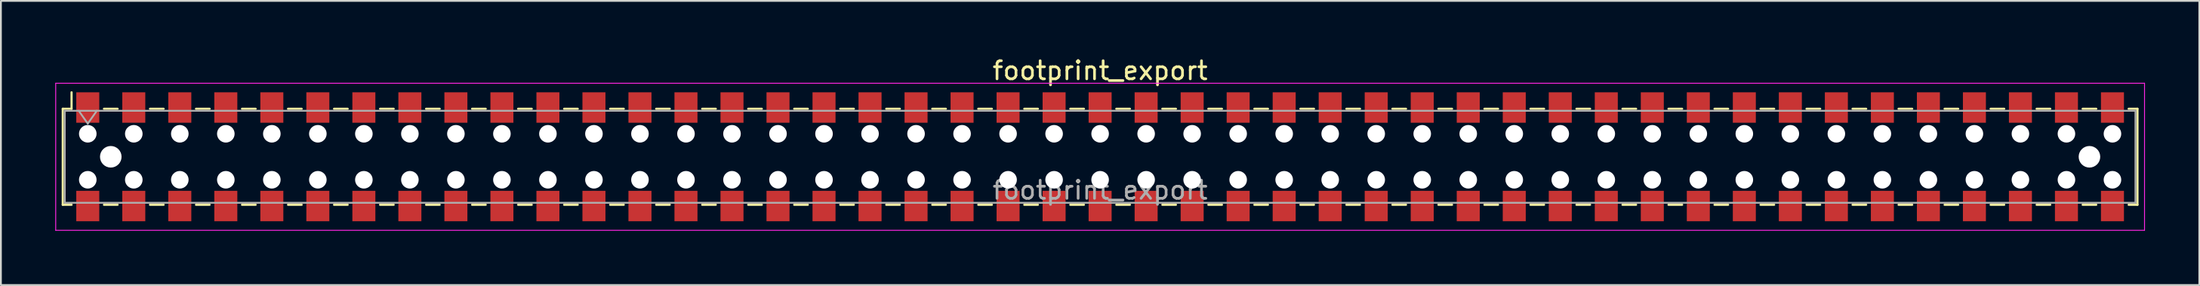
<source format=kicad_pcb>
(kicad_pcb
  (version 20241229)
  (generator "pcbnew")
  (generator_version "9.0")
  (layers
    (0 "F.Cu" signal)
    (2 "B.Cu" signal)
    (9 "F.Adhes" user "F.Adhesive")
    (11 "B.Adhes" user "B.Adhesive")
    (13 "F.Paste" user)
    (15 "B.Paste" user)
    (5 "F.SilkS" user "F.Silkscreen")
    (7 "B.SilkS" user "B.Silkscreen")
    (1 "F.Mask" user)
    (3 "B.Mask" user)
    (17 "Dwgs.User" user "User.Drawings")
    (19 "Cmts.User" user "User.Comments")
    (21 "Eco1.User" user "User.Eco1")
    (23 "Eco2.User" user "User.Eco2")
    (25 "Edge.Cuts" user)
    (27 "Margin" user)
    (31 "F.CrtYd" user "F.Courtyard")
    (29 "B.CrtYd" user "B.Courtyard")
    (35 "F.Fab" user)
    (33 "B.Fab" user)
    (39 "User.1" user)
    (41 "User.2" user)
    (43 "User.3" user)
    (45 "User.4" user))
  (footprint "footprint_export"
    (layer "F.Cu")
    (at 57.675 5.608)
    (property "Reference" "footprint_export" (at 0 -4.76 0) (layer "F.SilkS") (effects (font (size 1 1) (thickness 0.15))))
    (attr smd)
    (fp_line (start -57.26 -2.65) (end -57.26 2.65) (stroke (width 0.12) (type solid)) (layer "F.SilkS"))
    (fp_line (start -57.26 2.65) (end -56.775 2.65) (stroke (width 0.12) (type solid)) (layer "F.SilkS"))
    (fp_line (start -56.775 -3.56) (end -56.775 -2.65) (stroke (width 0.12) (type solid)) (layer "F.SilkS"))
    (fp_line (start -56.775 -2.65) (end -57.26 -2.65) (stroke (width 0.12) (type solid)) (layer "F.SilkS"))
    (fp_line (start -54.985 -2.65) (end -54.235 -2.65) (stroke (width 0.12) (type solid)) (layer "F.SilkS"))
    (fp_line (start -54.985 2.65) (end -54.235 2.65) (stroke (width 0.12) (type solid)) (layer "F.SilkS"))
    (fp_line (start -52.445 -2.65) (end -51.695 -2.65) (stroke (width 0.12) (type solid)) (layer "F.SilkS"))
    (fp_line (start -52.445 2.65) (end -51.695 2.65) (stroke (width 0.12) (type solid)) (layer "F.SilkS"))
    (fp_line (start -49.905 -2.65) (end -49.155 -2.65) (stroke (width 0.12) (type solid)) (layer "F.SilkS"))
    (fp_line (start -49.905 2.65) (end -49.155 2.65) (stroke (width 0.12) (type solid)) (layer "F.SilkS"))
    (fp_line (start -47.365 -2.65) (end -46.615 -2.65) (stroke (width 0.12) (type solid)) (layer "F.SilkS"))
    (fp_line (start -47.365 2.65) (end -46.615 2.65) (stroke (width 0.12) (type solid)) (layer "F.SilkS"))
    (fp_line (start -44.825 -2.65) (end -44.075 -2.65) (stroke (width 0.12) (type solid)) (layer "F.SilkS"))
    (fp_line (start -44.825 2.65) (end -44.075 2.65) (stroke (width 0.12) (type solid)) (layer "F.SilkS"))
    (fp_line (start -42.285 -2.65) (end -41.535 -2.65) (stroke (width 0.12) (type solid)) (layer "F.SilkS"))
    (fp_line (start -42.285 2.65) (end -41.535 2.65) (stroke (width 0.12) (type solid)) (layer "F.SilkS"))
    (fp_line (start -39.745 -2.65) (end -38.995 -2.65) (stroke (width 0.12) (type solid)) (layer "F.SilkS"))
    (fp_line (start -39.745 2.65) (end -38.995 2.65) (stroke (width 0.12) (type solid)) (layer "F.SilkS"))
    (fp_line (start -37.205 -2.65) (end -36.455 -2.65) (stroke (width 0.12) (type solid)) (layer "F.SilkS"))
    (fp_line (start -37.205 2.65) (end -36.455 2.65) (stroke (width 0.12) (type solid)) (layer "F.SilkS"))
    (fp_line (start -34.665 -2.65) (end -33.915 -2.65) (stroke (width 0.12) (type solid)) (layer "F.SilkS"))
    (fp_line (start -34.665 2.65) (end -33.915 2.65) (stroke (width 0.12) (type solid)) (layer "F.SilkS"))
    (fp_line (start -32.125 -2.65) (end -31.375 -2.65) (stroke (width 0.12) (type solid)) (layer "F.SilkS"))
    (fp_line (start -32.125 2.65) (end -31.375 2.65) (stroke (width 0.12) (type solid)) (layer "F.SilkS"))
    (fp_line (start -29.585 -2.65) (end -28.835 -2.65) (stroke (width 0.12) (type solid)) (layer "F.SilkS"))
    (fp_line (start -29.585 2.65) (end -28.835 2.65) (stroke (width 0.12) (type solid)) (layer "F.SilkS"))
    (fp_line (start -27.045 -2.65) (end -26.295 -2.65) (stroke (width 0.12) (type solid)) (layer "F.SilkS"))
    (fp_line (start -27.045 2.65) (end -26.295 2.65) (stroke (width 0.12) (type solid)) (layer "F.SilkS"))
    (fp_line (start -24.505 -2.65) (end -23.755 -2.65) (stroke (width 0.12) (type solid)) (layer "F.SilkS"))
    (fp_line (start -24.505 2.65) (end -23.755 2.65) (stroke (width 0.12) (type solid)) (layer "F.SilkS"))
    (fp_line (start -21.965 -2.65) (end -21.215 -2.65) (stroke (width 0.12) (type solid)) (layer "F.SilkS"))
    (fp_line (start -21.965 2.65) (end -21.215 2.65) (stroke (width 0.12) (type solid)) (layer "F.SilkS"))
    (fp_line (start -19.425 -2.65) (end -18.675 -2.65) (stroke (width 0.12) (type solid)) (layer "F.SilkS"))
    (fp_line (start -19.425 2.65) (end -18.675 2.65) (stroke (width 0.12) (type solid)) (layer "F.SilkS"))
    (fp_line (start -16.885 -2.65) (end -16.135 -2.65) (stroke (width 0.12) (type solid)) (layer "F.SilkS"))
    (fp_line (start -16.885 2.65) (end -16.135 2.65) (stroke (width 0.12) (type solid)) (layer "F.SilkS"))
    (fp_line (start -14.345 -2.65) (end -13.595 -2.65) (stroke (width 0.12) (type solid)) (layer "F.SilkS"))
    (fp_line (start -14.345 2.65) (end -13.595 2.65) (stroke (width 0.12) (type solid)) (layer "F.SilkS"))
    (fp_line (start -11.805 -2.65) (end -11.055 -2.65) (stroke (width 0.12) (type solid)) (layer "F.SilkS"))
    (fp_line (start -11.805 2.65) (end -11.055 2.65) (stroke (width 0.12) (type solid)) (layer "F.SilkS"))
    (fp_line (start -9.265 -2.65) (end -8.515 -2.65) (stroke (width 0.12) (type solid)) (layer "F.SilkS"))
    (fp_line (start -9.265 2.65) (end -8.515 2.65) (stroke (width 0.12) (type solid)) (layer "F.SilkS"))
    (fp_line (start -6.725 -2.65) (end -5.975 -2.65) (stroke (width 0.12) (type solid)) (layer "F.SilkS"))
    (fp_line (start -6.725 2.65) (end -5.975 2.65) (stroke (width 0.12) (type solid)) (layer "F.SilkS"))
    (fp_line (start -4.185 -2.65) (end -3.435 -2.65) (stroke (width 0.12) (type solid)) (layer "F.SilkS"))
    (fp_line (start -4.185 2.65) (end -3.435 2.65) (stroke (width 0.12) (type solid)) (layer "F.SilkS"))
    (fp_line (start -1.645 -2.65) (end -0.895 -2.65) (stroke (width 0.12) (type solid)) (layer "F.SilkS"))
    (fp_line (start -1.645 2.65) (end -0.895 2.65) (stroke (width 0.12) (type solid)) (layer "F.SilkS"))
    (fp_line (start 0.895 -2.65) (end 1.645 -2.65) (stroke (width 0.12) (type solid)) (layer "F.SilkS"))
    (fp_line (start 0.895 2.65) (end 1.645 2.65) (stroke (width 0.12) (type solid)) (layer "F.SilkS"))
    (fp_line (start 3.435 -2.65) (end 4.185 -2.65) (stroke (width 0.12) (type solid)) (layer "F.SilkS"))
    (fp_line (start 3.435 2.65) (end 4.185 2.65) (stroke (width 0.12) (type solid)) (layer "F.SilkS"))
    (fp_line (start 5.975 -2.65) (end 6.725 -2.65) (stroke (width 0.12) (type solid)) (layer "F.SilkS"))
    (fp_line (start 5.975 2.65) (end 6.725 2.65) (stroke (width 0.12) (type solid)) (layer "F.SilkS"))
    (fp_line (start 8.515 -2.65) (end 9.265 -2.65) (stroke (width 0.12) (type solid)) (layer "F.SilkS"))
    (fp_line (start 8.515 2.65) (end 9.265 2.65) (stroke (width 0.12) (type solid)) (layer "F.SilkS"))
    (fp_line (start 11.055 -2.65) (end 11.805 -2.65) (stroke (width 0.12) (type solid)) (layer "F.SilkS"))
    (fp_line (start 11.055 2.65) (end 11.805 2.65) (stroke (width 0.12) (type solid)) (layer "F.SilkS"))
    (fp_line (start 13.595 -2.65) (end 14.345 -2.65) (stroke (width 0.12) (type solid)) (layer "F.SilkS"))
    (fp_line (start 13.595 2.65) (end 14.345 2.65) (stroke (width 0.12) (type solid)) (layer "F.SilkS"))
    (fp_line (start 16.135 -2.65) (end 16.885 -2.65) (stroke (width 0.12) (type solid)) (layer "F.SilkS"))
    (fp_line (start 16.135 2.65) (end 16.885 2.65) (stroke (width 0.12) (type solid)) (layer "F.SilkS"))
    (fp_line (start 18.675 -2.65) (end 19.425 -2.65) (stroke (width 0.12) (type solid)) (layer "F.SilkS"))
    (fp_line (start 18.675 2.65) (end 19.425 2.65) (stroke (width 0.12) (type solid)) (layer "F.SilkS"))
    (fp_line (start 21.215 -2.65) (end 21.965 -2.65) (stroke (width 0.12) (type solid)) (layer "F.SilkS"))
    (fp_line (start 21.215 2.65) (end 21.965 2.65) (stroke (width 0.12) (type solid)) (layer "F.SilkS"))
    (fp_line (start 23.755 -2.65) (end 24.505 -2.65) (stroke (width 0.12) (type solid)) (layer "F.SilkS"))
    (fp_line (start 23.755 2.65) (end 24.505 2.65) (stroke (width 0.12) (type solid)) (layer "F.SilkS"))
    (fp_line (start 26.295 -2.65) (end 27.045 -2.65) (stroke (width 0.12) (type solid)) (layer "F.SilkS"))
    (fp_line (start 26.295 2.65) (end 27.045 2.65) (stroke (width 0.12) (type solid)) (layer "F.SilkS"))
    (fp_line (start 28.835 -2.65) (end 29.585 -2.65) (stroke (width 0.12) (type solid)) (layer "F.SilkS"))
    (fp_line (start 28.835 2.65) (end 29.585 2.65) (stroke (width 0.12) (type solid)) (layer "F.SilkS"))
    (fp_line (start 31.375 -2.65) (end 32.125 -2.65) (stroke (width 0.12) (type solid)) (layer "F.SilkS"))
    (fp_line (start 31.375 2.65) (end 32.125 2.65) (stroke (width 0.12) (type solid)) (layer "F.SilkS"))
    (fp_line (start 33.915 -2.65) (end 34.665 -2.65) (stroke (width 0.12) (type solid)) (layer "F.SilkS"))
    (fp_line (start 33.915 2.65) (end 34.665 2.65) (stroke (width 0.12) (type solid)) (layer "F.SilkS"))
    (fp_line (start 36.455 -2.65) (end 37.205 -2.65) (stroke (width 0.12) (type solid)) (layer "F.SilkS"))
    (fp_line (start 36.455 2.65) (end 37.205 2.65) (stroke (width 0.12) (type solid)) (layer "F.SilkS"))
    (fp_line (start 38.995 -2.65) (end 39.745 -2.65) (stroke (width 0.12) (type solid)) (layer "F.SilkS"))
    (fp_line (start 38.995 2.65) (end 39.745 2.65) (stroke (width 0.12) (type solid)) (layer "F.SilkS"))
    (fp_line (start 41.535 -2.65) (end 42.285 -2.65) (stroke (width 0.12) (type solid)) (layer "F.SilkS"))
    (fp_line (start 41.535 2.65) (end 42.285 2.65) (stroke (width 0.12) (type solid)) (layer "F.SilkS"))
    (fp_line (start 44.075 -2.65) (end 44.825 -2.65) (stroke (width 0.12) (type solid)) (layer "F.SilkS"))
    (fp_line (start 44.075 2.65) (end 44.825 2.65) (stroke (width 0.12) (type solid)) (layer "F.SilkS"))
    (fp_line (start 46.615 -2.65) (end 47.365 -2.65) (stroke (width 0.12) (type solid)) (layer "F.SilkS"))
    (fp_line (start 46.615 2.65) (end 47.365 2.65) (stroke (width 0.12) (type solid)) (layer "F.SilkS"))
    (fp_line (start 49.155 -2.65) (end 49.905 -2.65) (stroke (width 0.12) (type solid)) (layer "F.SilkS"))
    (fp_line (start 49.155 2.65) (end 49.905 2.65) (stroke (width 0.12) (type solid)) (layer "F.SilkS"))
    (fp_line (start 51.695 -2.65) (end 52.445 -2.65) (stroke (width 0.12) (type solid)) (layer "F.SilkS"))
    (fp_line (start 51.695 2.65) (end 52.445 2.65) (stroke (width 0.12) (type solid)) (layer "F.SilkS"))
    (fp_line (start 54.235 -2.65) (end 54.985 -2.65) (stroke (width 0.12) (type solid)) (layer "F.SilkS"))
    (fp_line (start 54.235 2.65) (end 54.985 2.65) (stroke (width 0.12) (type solid)) (layer "F.SilkS"))
    (fp_line (start 56.775 -2.65) (end 57.26 -2.65) (stroke (width 0.12) (type solid)) (layer "F.SilkS"))
    (fp_line (start 57.26 -2.65) (end 57.26 2.65) (stroke (width 0.12) (type solid)) (layer "F.SilkS"))
    (fp_line (start 57.26 2.65) (end 56.775 2.65) (stroke (width 0.12) (type solid)) (layer "F.SilkS"))
    (fp_line (start -57.65 -4.06) (end 57.65 -4.06) (stroke (width 0.05) (type solid)) (layer "F.CrtYd"))
    (fp_line (start -57.65 4.06) (end -57.65 -4.06) (stroke (width 0.05) (type solid)) (layer "F.CrtYd"))
    (fp_line (start 57.65 -4.06) (end 57.65 4.06) (stroke (width 0.05) (type solid)) (layer "F.CrtYd"))
    (fp_line (start 57.65 4.06) (end -57.65 4.06) (stroke (width 0.05) (type solid)) (layer "F.CrtYd"))
    (fp_line (start -57.15 -2.54) (end 57.15 -2.54) (stroke (width 0.1) (type solid)) (layer "F.Fab"))
    (fp_line (start -57.15 2.54) (end -57.15 -2.54) (stroke (width 0.1) (type solid)) (layer "F.Fab"))
    (fp_line (start -56.38 -2.54) (end -55.88 -1.833) (stroke (width 0.1) (type solid)) (layer "F.Fab"))
    (fp_line (start -55.88 -1.833) (end -55.38 -2.54) (stroke (width 0.1) (type solid)) (layer "F.Fab"))
    (fp_line (start 57.15 -2.54) (end 57.15 2.54) (stroke (width 0.1) (type solid)) (layer "F.Fab"))
    (fp_line (start 57.15 2.54) (end -57.15 2.54) (stroke (width 0.1) (type solid)) (layer "F.Fab"))
    (fp_text user "${REFERENCE}" (at 0 1.84 0) (layer "F.Fab") (effects (font (size 1 1) (thickness 0.15))))
    (pad "" np_thru_hole circle (at -55.88 -1.27) (size 0.97 0.97) (drill 0.97) (layers "*.Cu" "*.Mask"))
    (pad "" np_thru_hole circle (at -55.88 1.27) (size 0.97 0.97) (drill 0.97) (layers "*.Cu" "*.Mask"))
    (pad "" np_thru_hole circle (at -54.61 0) (size 1.19 1.19) (drill 1.19) (layers "*.Cu" "*.Mask"))
    (pad "" np_thru_hole circle (at -53.34 -1.27) (size 0.97 0.97) (drill 0.97) (layers "*.Cu" "*.Mask"))
    (pad "" np_thru_hole circle (at -53.34 1.27) (size 0.97 0.97) (drill 0.97) (layers "*.Cu" "*.Mask"))
    (pad "" np_thru_hole circle (at -50.8 -1.27) (size 0.97 0.97) (drill 0.97) (layers "*.Cu" "*.Mask"))
    (pad "" np_thru_hole circle (at -50.8 1.27) (size 0.97 0.97) (drill 0.97) (layers "*.Cu" "*.Mask"))
    (pad "" np_thru_hole circle (at -48.26 -1.27) (size 0.97 0.97) (drill 0.97) (layers "*.Cu" "*.Mask"))
    (pad "" np_thru_hole circle (at -48.26 1.27) (size 0.97 0.97) (drill 0.97) (layers "*.Cu" "*.Mask"))
    (pad "" np_thru_hole circle (at -45.72 -1.27) (size 0.97 0.97) (drill 0.97) (layers "*.Cu" "*.Mask"))
    (pad "" np_thru_hole circle (at -45.72 1.27) (size 0.97 0.97) (drill 0.97) (layers "*.Cu" "*.Mask"))
    (pad "" np_thru_hole circle (at -43.18 -1.27) (size 0.97 0.97) (drill 0.97) (layers "*.Cu" "*.Mask"))
    (pad "" np_thru_hole circle (at -43.18 1.27) (size 0.97 0.97) (drill 0.97) (layers "*.Cu" "*.Mask"))
    (pad "" np_thru_hole circle (at -40.64 -1.27) (size 0.97 0.97) (drill 0.97) (layers "*.Cu" "*.Mask"))
    (pad "" np_thru_hole circle (at -40.64 1.27) (size 0.97 0.97) (drill 0.97) (layers "*.Cu" "*.Mask"))
    (pad "" np_thru_hole circle (at -38.1 -1.27) (size 0.97 0.97) (drill 0.97) (layers "*.Cu" "*.Mask"))
    (pad "" np_thru_hole circle (at -38.1 1.27) (size 0.97 0.97) (drill 0.97) (layers "*.Cu" "*.Mask"))
    (pad "" np_thru_hole circle (at -35.56 -1.27) (size 0.97 0.97) (drill 0.97) (layers "*.Cu" "*.Mask"))
    (pad "" np_thru_hole circle (at -35.56 1.27) (size 0.97 0.97) (drill 0.97) (layers "*.Cu" "*.Mask"))
    (pad "" np_thru_hole circle (at -33.02 -1.27) (size 0.97 0.97) (drill 0.97) (layers "*.Cu" "*.Mask"))
    (pad "" np_thru_hole circle (at -33.02 1.27) (size 0.97 0.97) (drill 0.97) (layers "*.Cu" "*.Mask"))
    (pad "" np_thru_hole circle (at -30.48 -1.27) (size 0.97 0.97) (drill 0.97) (layers "*.Cu" "*.Mask"))
    (pad "" np_thru_hole circle (at -30.48 1.27) (size 0.97 0.97) (drill 0.97) (layers "*.Cu" "*.Mask"))
    (pad "" np_thru_hole circle (at -27.94 -1.27) (size 0.97 0.97) (drill 0.97) (layers "*.Cu" "*.Mask"))
    (pad "" np_thru_hole circle (at -27.94 1.27) (size 0.97 0.97) (drill 0.97) (layers "*.Cu" "*.Mask"))
    (pad "" np_thru_hole circle (at -25.4 -1.27) (size 0.97 0.97) (drill 0.97) (layers "*.Cu" "*.Mask"))
    (pad "" np_thru_hole circle (at -25.4 1.27) (size 0.97 0.97) (drill 0.97) (layers "*.Cu" "*.Mask"))
    (pad "" np_thru_hole circle (at -22.86 -1.27) (size 0.97 0.97) (drill 0.97) (layers "*.Cu" "*.Mask"))
    (pad "" np_thru_hole circle (at -22.86 1.27) (size 0.97 0.97) (drill 0.97) (layers "*.Cu" "*.Mask"))
    (pad "" np_thru_hole circle (at -20.32 -1.27) (size 0.97 0.97) (drill 0.97) (layers "*.Cu" "*.Mask"))
    (pad "" np_thru_hole circle (at -20.32 1.27) (size 0.97 0.97) (drill 0.97) (layers "*.Cu" "*.Mask"))
    (pad "" np_thru_hole circle (at -17.78 -1.27) (size 0.97 0.97) (drill 0.97) (layers "*.Cu" "*.Mask"))
    (pad "" np_thru_hole circle (at -17.78 1.27) (size 0.97 0.97) (drill 0.97) (layers "*.Cu" "*.Mask"))
    (pad "" np_thru_hole circle (at -15.24 -1.27) (size 0.97 0.97) (drill 0.97) (layers "*.Cu" "*.Mask"))
    (pad "" np_thru_hole circle (at -15.24 1.27) (size 0.97 0.97) (drill 0.97) (layers "*.Cu" "*.Mask"))
    (pad "" np_thru_hole circle (at -12.7 -1.27) (size 0.97 0.97) (drill 0.97) (layers "*.Cu" "*.Mask"))
    (pad "" np_thru_hole circle (at -12.7 1.27) (size 0.97 0.97) (drill 0.97) (layers "*.Cu" "*.Mask"))
    (pad "" np_thru_hole circle (at -10.16 -1.27) (size 0.97 0.97) (drill 0.97) (layers "*.Cu" "*.Mask"))
    (pad "" np_thru_hole circle (at -10.16 1.27) (size 0.97 0.97) (drill 0.97) (layers "*.Cu" "*.Mask"))
    (pad "" np_thru_hole circle (at -7.62 -1.27) (size 0.97 0.97) (drill 0.97) (layers "*.Cu" "*.Mask"))
    (pad "" np_thru_hole circle (at -7.62 1.27) (size 0.97 0.97) (drill 0.97) (layers "*.Cu" "*.Mask"))
    (pad "" np_thru_hole circle (at -5.08 -1.27) (size 0.97 0.97) (drill 0.97) (layers "*.Cu" "*.Mask"))
    (pad "" np_thru_hole circle (at -5.08 1.27) (size 0.97 0.97) (drill 0.97) (layers "*.Cu" "*.Mask"))
    (pad "" np_thru_hole circle (at -2.54 -1.27) (size 0.97 0.97) (drill 0.97) (layers "*.Cu" "*.Mask"))
    (pad "" np_thru_hole circle (at -2.54 1.27) (size 0.97 0.97) (drill 0.97) (layers "*.Cu" "*.Mask"))
    (pad "" np_thru_hole circle (at 0 -1.27) (size 0.97 0.97) (drill 0.97) (layers "*.Cu" "*.Mask"))
    (pad "" np_thru_hole circle (at 0 1.27) (size 0.97 0.97) (drill 0.97) (layers "*.Cu" "*.Mask"))
    (pad "" np_thru_hole circle (at 2.54 -1.27) (size 0.97 0.97) (drill 0.97) (layers "*.Cu" "*.Mask"))
    (pad "" np_thru_hole circle (at 2.54 1.27) (size 0.97 0.97) (drill 0.97) (layers "*.Cu" "*.Mask"))
    (pad "" np_thru_hole circle (at 5.08 -1.27) (size 0.97 0.97) (drill 0.97) (layers "*.Cu" "*.Mask"))
    (pad "" np_thru_hole circle (at 5.08 1.27) (size 0.97 0.97) (drill 0.97) (layers "*.Cu" "*.Mask"))
    (pad "" np_thru_hole circle (at 7.62 -1.27) (size 0.97 0.97) (drill 0.97) (layers "*.Cu" "*.Mask"))
    (pad "" np_thru_hole circle (at 7.62 1.27) (size 0.97 0.97) (drill 0.97) (layers "*.Cu" "*.Mask"))
    (pad "" np_thru_hole circle (at 10.16 -1.27) (size 0.97 0.97) (drill 0.97) (layers "*.Cu" "*.Mask"))
    (pad "" np_thru_hole circle (at 10.16 1.27) (size 0.97 0.97) (drill 0.97) (layers "*.Cu" "*.Mask"))
    (pad "" np_thru_hole circle (at 12.7 -1.27) (size 0.97 0.97) (drill 0.97) (layers "*.Cu" "*.Mask"))
    (pad "" np_thru_hole circle (at 12.7 1.27) (size 0.97 0.97) (drill 0.97) (layers "*.Cu" "*.Mask"))
    (pad "" np_thru_hole circle (at 15.24 -1.27) (size 0.97 0.97) (drill 0.97) (layers "*.Cu" "*.Mask"))
    (pad "" np_thru_hole circle (at 15.24 1.27) (size 0.97 0.97) (drill 0.97) (layers "*.Cu" "*.Mask"))
    (pad "" np_thru_hole circle (at 17.78 -1.27) (size 0.97 0.97) (drill 0.97) (layers "*.Cu" "*.Mask"))
    (pad "" np_thru_hole circle (at 17.78 1.27) (size 0.97 0.97) (drill 0.97) (layers "*.Cu" "*.Mask"))
    (pad "" np_thru_hole circle (at 20.32 -1.27) (size 0.97 0.97) (drill 0.97) (layers "*.Cu" "*.Mask"))
    (pad "" np_thru_hole circle (at 20.32 1.27) (size 0.97 0.97) (drill 0.97) (layers "*.Cu" "*.Mask"))
    (pad "" np_thru_hole circle (at 22.86 -1.27) (size 0.97 0.97) (drill 0.97) (layers "*.Cu" "*.Mask"))
    (pad "" np_thru_hole circle (at 22.86 1.27) (size 0.97 0.97) (drill 0.97) (layers "*.Cu" "*.Mask"))
    (pad "" np_thru_hole circle (at 25.4 -1.27) (size 0.97 0.97) (drill 0.97) (layers "*.Cu" "*.Mask"))
    (pad "" np_thru_hole circle (at 25.4 1.27) (size 0.97 0.97) (drill 0.97) (layers "*.Cu" "*.Mask"))
    (pad "" np_thru_hole circle (at 27.94 -1.27) (size 0.97 0.97) (drill 0.97) (layers "*.Cu" "*.Mask"))
    (pad "" np_thru_hole circle (at 27.94 1.27) (size 0.97 0.97) (drill 0.97) (layers "*.Cu" "*.Mask"))
    (pad "" np_thru_hole circle (at 30.48 -1.27) (size 0.97 0.97) (drill 0.97) (layers "*.Cu" "*.Mask"))
    (pad "" np_thru_hole circle (at 30.48 1.27) (size 0.97 0.97) (drill 0.97) (layers "*.Cu" "*.Mask"))
    (pad "" np_thru_hole circle (at 33.02 -1.27) (size 0.97 0.97) (drill 0.97) (layers "*.Cu" "*.Mask"))
    (pad "" np_thru_hole circle (at 33.02 1.27) (size 0.97 0.97) (drill 0.97) (layers "*.Cu" "*.Mask"))
    (pad "" np_thru_hole circle (at 35.56 -1.27) (size 0.97 0.97) (drill 0.97) (layers "*.Cu" "*.Mask"))
    (pad "" np_thru_hole circle (at 35.56 1.27) (size 0.97 0.97) (drill 0.97) (layers "*.Cu" "*.Mask"))
    (pad "" np_thru_hole circle (at 38.1 -1.27) (size 0.97 0.97) (drill 0.97) (layers "*.Cu" "*.Mask"))
    (pad "" np_thru_hole circle (at 38.1 1.27) (size 0.97 0.97) (drill 0.97) (layers "*.Cu" "*.Mask"))
    (pad "" np_thru_hole circle (at 40.64 -1.27) (size 0.97 0.97) (drill 0.97) (layers "*.Cu" "*.Mask"))
    (pad "" np_thru_hole circle (at 40.64 1.27) (size 0.97 0.97) (drill 0.97) (layers "*.Cu" "*.Mask"))
    (pad "" np_thru_hole circle (at 43.18 -1.27) (size 0.97 0.97) (drill 0.97) (layers "*.Cu" "*.Mask"))
    (pad "" np_thru_hole circle (at 43.18 1.27) (size 0.97 0.97) (drill 0.97) (layers "*.Cu" "*.Mask"))
    (pad "" np_thru_hole circle (at 45.72 -1.27) (size 0.97 0.97) (drill 0.97) (layers "*.Cu" "*.Mask"))
    (pad "" np_thru_hole circle (at 45.72 1.27) (size 0.97 0.97) (drill 0.97) (layers "*.Cu" "*.Mask"))
    (pad "" np_thru_hole circle (at 48.26 -1.27) (size 0.97 0.97) (drill 0.97) (layers "*.Cu" "*.Mask"))
    (pad "" np_thru_hole circle (at 48.26 1.27) (size 0.97 0.97) (drill 0.97) (layers "*.Cu" "*.Mask"))
    (pad "" np_thru_hole circle (at 50.8 -1.27) (size 0.97 0.97) (drill 0.97) (layers "*.Cu" "*.Mask"))
    (pad "" np_thru_hole circle (at 50.8 1.27) (size 0.97 0.97) (drill 0.97) (layers "*.Cu" "*.Mask"))
    (pad "" np_thru_hole circle (at 53.34 -1.27) (size 0.97 0.97) (drill 0.97) (layers "*.Cu" "*.Mask"))
    (pad "" np_thru_hole circle (at 53.34 1.27) (size 0.97 0.97) (drill 0.97) (layers "*.Cu" "*.Mask"))
    (pad "" np_thru_hole circle (at 54.61 0) (size 1.19 1.19) (drill 1.19) (layers "*.Cu" "*.Mask"))
    (pad "" np_thru_hole circle (at 55.88 -1.27) (size 0.97 0.97) (drill 0.97) (layers "*.Cu" "*.Mask"))
    (pad "" np_thru_hole circle (at 55.88 1.27) (size 0.97 0.97) (drill 0.97) (layers "*.Cu" "*.Mask"))
    (pad "1" smd rect (at -55.88 -2.72) (size 1.27 1.68) (layers "F.Cu" "F.Mask" "F.Paste"))
    (pad "2" smd rect (at -55.88 2.72) (size 1.27 1.68) (layers "F.Cu" "F.Mask" "F.Paste"))
    (pad "3" smd rect (at -53.34 -2.72) (size 1.27 1.68) (layers "F.Cu" "F.Mask" "F.Paste"))
    (pad "4" smd rect (at -53.34 2.72) (size 1.27 1.68) (layers "F.Cu" "F.Mask" "F.Paste"))
    (pad "5" smd rect (at -50.8 -2.72) (size 1.27 1.68) (layers "F.Cu" "F.Mask" "F.Paste"))
    (pad "6" smd rect (at -50.8 2.72) (size 1.27 1.68) (layers "F.Cu" "F.Mask" "F.Paste"))
    (pad "7" smd rect (at -48.26 -2.72) (size 1.27 1.68) (layers "F.Cu" "F.Mask" "F.Paste"))
    (pad "8" smd rect (at -48.26 2.72) (size 1.27 1.68) (layers "F.Cu" "F.Mask" "F.Paste"))
    (pad "9" smd rect (at -45.72 -2.72) (size 1.27 1.68) (layers "F.Cu" "F.Mask" "F.Paste"))
    (pad "10" smd rect (at -45.72 2.72) (size 1.27 1.68) (layers "F.Cu" "F.Mask" "F.Paste"))
    (pad "11" smd rect (at -43.18 -2.72) (size 1.27 1.68) (layers "F.Cu" "F.Mask" "F.Paste"))
    (pad "12" smd rect (at -43.18 2.72) (size 1.27 1.68) (layers "F.Cu" "F.Mask" "F.Paste"))
    (pad "13" smd rect (at -40.64 -2.72) (size 1.27 1.68) (layers "F.Cu" "F.Mask" "F.Paste"))
    (pad "14" smd rect (at -40.64 2.72) (size 1.27 1.68) (layers "F.Cu" "F.Mask" "F.Paste"))
    (pad "15" smd rect (at -38.1 -2.72) (size 1.27 1.68) (layers "F.Cu" "F.Mask" "F.Paste"))
    (pad "16" smd rect (at -38.1 2.72) (size 1.27 1.68) (layers "F.Cu" "F.Mask" "F.Paste"))
    (pad "17" smd rect (at -35.56 -2.72) (size 1.27 1.68) (layers "F.Cu" "F.Mask" "F.Paste"))
    (pad "18" smd rect (at -35.56 2.72) (size 1.27 1.68) (layers "F.Cu" "F.Mask" "F.Paste"))
    (pad "19" smd rect (at -33.02 -2.72) (size 1.27 1.68) (layers "F.Cu" "F.Mask" "F.Paste"))
    (pad "20" smd rect (at -33.02 2.72) (size 1.27 1.68) (layers "F.Cu" "F.Mask" "F.Paste"))
    (pad "21" smd rect (at -30.48 -2.72) (size 1.27 1.68) (layers "F.Cu" "F.Mask" "F.Paste"))
    (pad "22" smd rect (at -30.48 2.72) (size 1.27 1.68) (layers "F.Cu" "F.Mask" "F.Paste"))
    (pad "23" smd rect (at -27.94 -2.72) (size 1.27 1.68) (layers "F.Cu" "F.Mask" "F.Paste"))
    (pad "24" smd rect (at -27.94 2.72) (size 1.27 1.68) (layers "F.Cu" "F.Mask" "F.Paste"))
    (pad "25" smd rect (at -25.4 -2.72) (size 1.27 1.68) (layers "F.Cu" "F.Mask" "F.Paste"))
    (pad "26" smd rect (at -25.4 2.72) (size 1.27 1.68) (layers "F.Cu" "F.Mask" "F.Paste"))
    (pad "27" smd rect (at -22.86 -2.72) (size 1.27 1.68) (layers "F.Cu" "F.Mask" "F.Paste"))
    (pad "28" smd rect (at -22.86 2.72) (size 1.27 1.68) (layers "F.Cu" "F.Mask" "F.Paste"))
    (pad "29" smd rect (at -20.32 -2.72) (size 1.27 1.68) (layers "F.Cu" "F.Mask" "F.Paste"))
    (pad "30" smd rect (at -20.32 2.72) (size 1.27 1.68) (layers "F.Cu" "F.Mask" "F.Paste"))
    (pad "31" smd rect (at -17.78 -2.72) (size 1.27 1.68) (layers "F.Cu" "F.Mask" "F.Paste"))
    (pad "32" smd rect (at -17.78 2.72) (size 1.27 1.68) (layers "F.Cu" "F.Mask" "F.Paste"))
    (pad "33" smd rect (at -15.24 -2.72) (size 1.27 1.68) (layers "F.Cu" "F.Mask" "F.Paste"))
    (pad "34" smd rect (at -15.24 2.72) (size 1.27 1.68) (layers "F.Cu" "F.Mask" "F.Paste"))
    (pad "35" smd rect (at -12.7 -2.72) (size 1.27 1.68) (layers "F.Cu" "F.Mask" "F.Paste"))
    (pad "36" smd rect (at -12.7 2.72) (size 1.27 1.68) (layers "F.Cu" "F.Mask" "F.Paste"))
    (pad "37" smd rect (at -10.16 -2.72) (size 1.27 1.68) (layers "F.Cu" "F.Mask" "F.Paste"))
    (pad "38" smd rect (at -10.16 2.72) (size 1.27 1.68) (layers "F.Cu" "F.Mask" "F.Paste"))
    (pad "39" smd rect (at -7.62 -2.72) (size 1.27 1.68) (layers "F.Cu" "F.Mask" "F.Paste"))
    (pad "40" smd rect (at -7.62 2.72) (size 1.27 1.68) (layers "F.Cu" "F.Mask" "F.Paste"))
    (pad "41" smd rect (at -5.08 -2.72) (size 1.27 1.68) (layers "F.Cu" "F.Mask" "F.Paste"))
    (pad "42" smd rect (at -5.08 2.72) (size 1.27 1.68) (layers "F.Cu" "F.Mask" "F.Paste"))
    (pad "43" smd rect (at -2.54 -2.72) (size 1.27 1.68) (layers "F.Cu" "F.Mask" "F.Paste"))
    (pad "44" smd rect (at -2.54 2.72) (size 1.27 1.68) (layers "F.Cu" "F.Mask" "F.Paste"))
    (pad "45" smd rect (at 0 -2.72) (size 1.27 1.68) (layers "F.Cu" "F.Mask" "F.Paste"))
    (pad "46" smd rect (at 0 2.72) (size 1.27 1.68) (layers "F.Cu" "F.Mask" "F.Paste"))
    (pad "47" smd rect (at 2.54 -2.72) (size 1.27 1.68) (layers "F.Cu" "F.Mask" "F.Paste"))
    (pad "48" smd rect (at 2.54 2.72) (size 1.27 1.68) (layers "F.Cu" "F.Mask" "F.Paste"))
    (pad "49" smd rect (at 5.08 -2.72) (size 1.27 1.68) (layers "F.Cu" "F.Mask" "F.Paste"))
    (pad "50" smd rect (at 5.08 2.72) (size 1.27 1.68) (layers "F.Cu" "F.Mask" "F.Paste"))
    (pad "51" smd rect (at 7.62 -2.72) (size 1.27 1.68) (layers "F.Cu" "F.Mask" "F.Paste"))
    (pad "52" smd rect (at 7.62 2.72) (size 1.27 1.68) (layers "F.Cu" "F.Mask" "F.Paste"))
    (pad "53" smd rect (at 10.16 -2.72) (size 1.27 1.68) (layers "F.Cu" "F.Mask" "F.Paste"))
    (pad "54" smd rect (at 10.16 2.72) (size 1.27 1.68) (layers "F.Cu" "F.Mask" "F.Paste"))
    (pad "55" smd rect (at 12.7 -2.72) (size 1.27 1.68) (layers "F.Cu" "F.Mask" "F.Paste"))
    (pad "56" smd rect (at 12.7 2.72) (size 1.27 1.68) (layers "F.Cu" "F.Mask" "F.Paste"))
    (pad "57" smd rect (at 15.24 -2.72) (size 1.27 1.68) (layers "F.Cu" "F.Mask" "F.Paste"))
    (pad "58" smd rect (at 15.24 2.72) (size 1.27 1.68) (layers "F.Cu" "F.Mask" "F.Paste"))
    (pad "59" smd rect (at 17.78 -2.72) (size 1.27 1.68) (layers "F.Cu" "F.Mask" "F.Paste"))
    (pad "60" smd rect (at 17.78 2.72) (size 1.27 1.68) (layers "F.Cu" "F.Mask" "F.Paste"))
    (pad "61" smd rect (at 20.32 -2.72) (size 1.27 1.68) (layers "F.Cu" "F.Mask" "F.Paste"))
    (pad "62" smd rect (at 20.32 2.72) (size 1.27 1.68) (layers "F.Cu" "F.Mask" "F.Paste"))
    (pad "63" smd rect (at 22.86 -2.72) (size 1.27 1.68) (layers "F.Cu" "F.Mask" "F.Paste"))
    (pad "64" smd rect (at 22.86 2.72) (size 1.27 1.68) (layers "F.Cu" "F.Mask" "F.Paste"))
    (pad "65" smd rect (at 25.4 -2.72) (size 1.27 1.68) (layers "F.Cu" "F.Mask" "F.Paste"))
    (pad "66" smd rect (at 25.4 2.72) (size 1.27 1.68) (layers "F.Cu" "F.Mask" "F.Paste"))
    (pad "67" smd rect (at 27.94 -2.72) (size 1.27 1.68) (layers "F.Cu" "F.Mask" "F.Paste"))
    (pad "68" smd rect (at 27.94 2.72) (size 1.27 1.68) (layers "F.Cu" "F.Mask" "F.Paste"))
    (pad "69" smd rect (at 30.48 -2.72) (size 1.27 1.68) (layers "F.Cu" "F.Mask" "F.Paste"))
    (pad "70" smd rect (at 30.48 2.72) (size 1.27 1.68) (layers "F.Cu" "F.Mask" "F.Paste"))
    (pad "71" smd rect (at 33.02 -2.72) (size 1.27 1.68) (layers "F.Cu" "F.Mask" "F.Paste"))
    (pad "72" smd rect (at 33.02 2.72) (size 1.27 1.68) (layers "F.Cu" "F.Mask" "F.Paste"))
    (pad "73" smd rect (at 35.56 -2.72) (size 1.27 1.68) (layers "F.Cu" "F.Mask" "F.Paste"))
    (pad "74" smd rect (at 35.56 2.72) (size 1.27 1.68) (layers "F.Cu" "F.Mask" "F.Paste"))
    (pad "75" smd rect (at 38.1 -2.72) (size 1.27 1.68) (layers "F.Cu" "F.Mask" "F.Paste"))
    (pad "76" smd rect (at 38.1 2.72) (size 1.27 1.68) (layers "F.Cu" "F.Mask" "F.Paste"))
    (pad "77" smd rect (at 40.64 -2.72) (size 1.27 1.68) (layers "F.Cu" "F.Mask" "F.Paste"))
    (pad "78" smd rect (at 40.64 2.72) (size 1.27 1.68) (layers "F.Cu" "F.Mask" "F.Paste"))
    (pad "79" smd rect (at 43.18 -2.72) (size 1.27 1.68) (layers "F.Cu" "F.Mask" "F.Paste"))
    (pad "80" smd rect (at 43.18 2.72) (size 1.27 1.68) (layers "F.Cu" "F.Mask" "F.Paste"))
    (pad "81" smd rect (at 45.72 -2.72) (size 1.27 1.68) (layers "F.Cu" "F.Mask" "F.Paste"))
    (pad "82" smd rect (at 45.72 2.72) (size 1.27 1.68) (layers "F.Cu" "F.Mask" "F.Paste"))
    (pad "83" smd rect (at 48.26 -2.72) (size 1.27 1.68) (layers "F.Cu" "F.Mask" "F.Paste"))
    (pad "84" smd rect (at 48.26 2.72) (size 1.27 1.68) (layers "F.Cu" "F.Mask" "F.Paste"))
    (pad "85" smd rect (at 50.8 -2.72) (size 1.27 1.68) (layers "F.Cu" "F.Mask" "F.Paste"))
    (pad "86" smd rect (at 50.8 2.72) (size 1.27 1.68) (layers "F.Cu" "F.Mask" "F.Paste"))
    (pad "87" smd rect (at 53.34 -2.72) (size 1.27 1.68) (layers "F.Cu" "F.Mask" "F.Paste"))
    (pad "88" smd rect (at 53.34 2.72) (size 1.27 1.68) (layers "F.Cu" "F.Mask" "F.Paste"))
    (pad "89" smd rect (at 55.88 -2.72) (size 1.27 1.68) (layers "F.Cu" "F.Mask" "F.Paste"))
    (pad "90" smd rect (at 55.88 2.72) (size 1.27 1.68) (layers "F.Cu" "F.Mask" "F.Paste")))
  (gr_rect
    (start -3 -3)
    (end 118.35 12.693)
    (stroke (width 0.1) (type default))
    (fill no)
    (layer "Edge.Cuts")))
</source>
